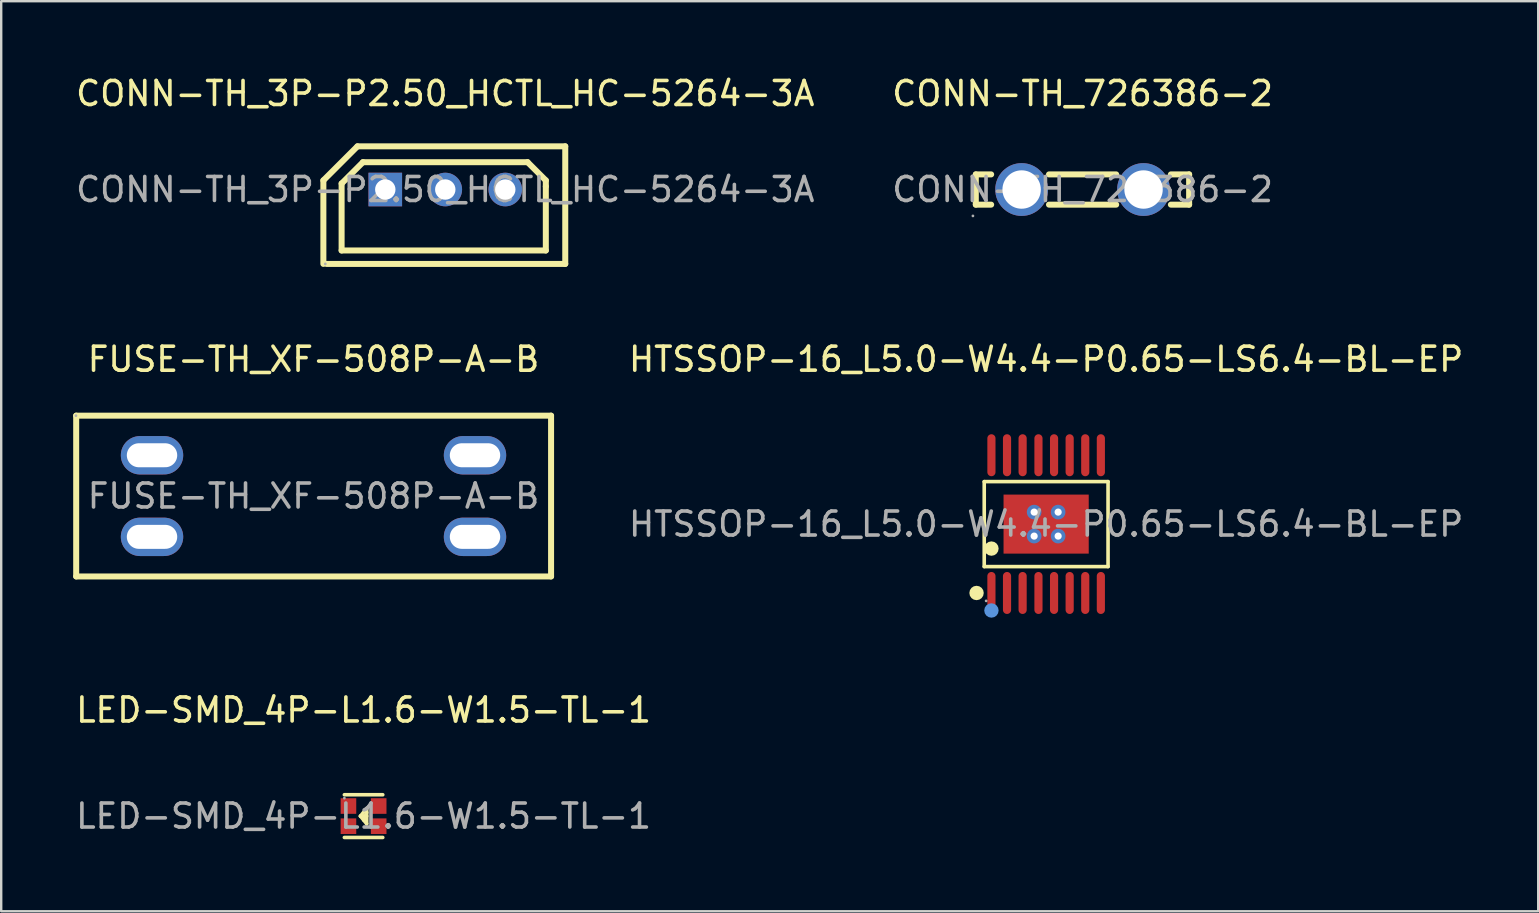
<source format=kicad_pcb>
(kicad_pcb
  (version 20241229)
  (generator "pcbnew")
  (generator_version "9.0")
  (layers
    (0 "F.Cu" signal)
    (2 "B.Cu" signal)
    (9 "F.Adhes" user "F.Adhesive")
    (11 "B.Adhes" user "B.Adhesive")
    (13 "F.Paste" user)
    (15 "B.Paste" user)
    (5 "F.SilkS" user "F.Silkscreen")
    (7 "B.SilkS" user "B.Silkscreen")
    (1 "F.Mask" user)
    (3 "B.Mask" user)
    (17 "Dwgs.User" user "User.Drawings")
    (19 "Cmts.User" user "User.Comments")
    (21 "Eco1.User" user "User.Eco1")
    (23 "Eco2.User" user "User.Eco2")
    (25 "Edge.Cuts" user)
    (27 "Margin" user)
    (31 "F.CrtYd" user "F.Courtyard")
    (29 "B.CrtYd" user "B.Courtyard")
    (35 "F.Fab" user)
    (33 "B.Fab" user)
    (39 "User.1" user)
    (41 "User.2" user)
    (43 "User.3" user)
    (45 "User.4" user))
  (footprint "CONN-TH_3P-P2.50_HCTL_HC-5264-3A"
    (layer "F.Cu")
    (at 15.506 4.848)
    (property "Reference" "CONN-TH_3P-P2.50_HCTL_HC-5264-3A" (at 0 -4 0) (layer "F.SilkS") (effects (font (size 1 1) (thickness 0.15))))
    (attr through_hole)
    (fp_line (start -5.08 -0.38) (end -5.08 3.1) (stroke (width 0.25) (type solid)) (layer "F.SilkS"))
    (fp_line (start -4.32 -0.25) (end -4.32 2.54) (stroke (width 0.25) (type solid)) (layer "F.SilkS"))
    (fp_line (start -4.32 2.54) (end 4.19 2.54) (stroke (width 0.25) (type solid)) (layer "F.SilkS"))
    (fp_line (start -3.66 -1.8) (end -5.08 -0.38) (stroke (width 0.25) (type solid)) (layer "F.SilkS"))
    (fp_line (start -3.66 -1.8) (end 5 -1.8) (stroke (width 0.25) (type solid)) (layer "F.SilkS"))
    (fp_line (start -3.43 -1.14) (end -4.32 -0.25) (stroke (width 0.25) (type solid)) (layer "F.SilkS"))
    (fp_line (start 3.43 -1.14) (end -3.43 -1.14) (stroke (width 0.25) (type solid)) (layer "F.SilkS"))
    (fp_line (start 4.19 -0.38) (end 3.43 -1.14) (stroke (width 0.25) (type solid)) (layer "F.SilkS"))
    (fp_line (start 4.19 -0.13) (end 4.19 -0.38) (stroke (width 0.25) (type solid)) (layer "F.SilkS"))
    (fp_line (start 4.19 2.54) (end 4.19 -0.13) (stroke (width 0.25) (type solid)) (layer "F.SilkS"))
    (fp_line (start 5 -1.8) (end 5 3.1) (stroke (width 0.25) (type solid)) (layer "F.SilkS"))
    (fp_line (start 5 3.1) (end -4.95 3.1) (stroke (width 0.25) (type solid)) (layer "F.SilkS"))
    (fp_circle (center -5 3.1) (end -4.97 3.1) (stroke (width 0.06) (type solid)) (fill no) (layer "F.Fab"))
    (fp_circle (center -2.5 0) (end -2.32 0) (stroke (width 0.35) (type solid)) (fill no) (layer "F.Fab"))
    (fp_circle (center 0 0) (end 0.18 0) (stroke (width 0.35) (type solid)) (fill no) (layer "F.Fab"))
    (fp_circle (center 2.5 0) (end 2.68 0) (stroke (width 0.35) (type solid)) (fill no) (layer "F.Fab"))
    (fp_text user "${REFERENCE}" (at 0 0 0) (layer "F.Fab") (effects (font (size 1 1) (thickness 0.15))))
    (pad "1" thru_hole rect (at -2.5 0) (size 1.4 1.4) (drill 0.85) (layers "*.Cu" "*.Mask"))
    (pad "2" thru_hole circle (at 0 0) (size 1.4 1.4) (drill 0.85) (layers "*.Cu" "*.Mask"))
    (pad "3" thru_hole circle (at 2.5 0) (size 1.4 1.4) (drill 0.85) (layers "*.Cu" "*.Mask")))
  (footprint "CONN-TH_726386-2"
    (layer "F.Cu")
    (at 42.065 4.848)
    (property "Reference" "CONN-TH_726386-2" (at 0 -4 0) (layer "F.SilkS") (effects (font (size 1 1) (thickness 0.15))))
    (attr through_hole)
    (fp_line (start -4.45 -0.63) (end -4.45 0.63) (stroke (width 0.25) (type solid)) (layer "F.SilkS"))
    (fp_line (start -4.45 0.63) (end -3.81 0.63) (stroke (width 0.25) (type solid)) (layer "F.SilkS"))
    (fp_line (start -3.81 -0.63) (end -4.45 -0.63) (stroke (width 0.25) (type solid)) (layer "F.SilkS"))
    (fp_line (start -1.4 0.63) (end 1.4 0.63) (stroke (width 0.25) (type solid)) (layer "F.SilkS"))
    (fp_line (start 1.4 -0.63) (end -1.4 -0.63) (stroke (width 0.25) (type solid)) (layer "F.SilkS"))
    (fp_line (start 3.68 0.63) (end 4.44 0.63) (stroke (width 0.25) (type solid)) (layer "F.SilkS"))
    (fp_line (start 4.44 -0.63) (end 3.68 -0.63) (stroke (width 0.25) (type solid)) (layer "F.SilkS"))
    (fp_line (start 4.44 0.63) (end 4.44 -0.63) (stroke (width 0.25) (type solid)) (layer "F.SilkS"))
    (fp_circle (center -4.57 1.1) (end -4.54 1.1) (stroke (width 0.06) (type solid)) (fill no) (layer "F.Fab"))
    (fp_circle (center -2.54 0) (end -2.19 0) (stroke (width 0.7) (type solid)) (fill no) (layer "F.Fab"))
    (fp_circle (center 2.54 0) (end 2.89 0) (stroke (width 0.7) (type solid)) (fill no) (layer "F.Fab"))
    (fp_text user "${REFERENCE}" (at 0 0 0) (layer "F.Fab") (effects (font (size 1 1) (thickness 0.15))))
    (pad "1" thru_hole circle (at -2.54 0) (size 2.2 2.2) (drill 1.6) (layers "*.Cu" "*.Mask"))
    (pad "1" thru_hole circle (at 2.54 0) (size 2.2 2.2) (drill 1.6) (layers "*.Cu" "*.Mask")))
  (footprint "LED-SMD_4P-L1.6-W1.5-TL-1"
    (layer "F.Cu")
    (at 12.101 30.96)
    (property "Reference" "LED-SMD_4P-L1.6-W1.5-TL-1" (at 0 -4.42 0) (layer "F.SilkS") (effects (font (size 1 1) (thickness 0.15))))
    (attr smd)
    (fp_line (start -0.8 -0.89) (end 0.8 -0.89) (stroke (width 0.15) (type solid)) (layer "F.SilkS"))
    (fp_line (start -0.13 0) (end 0.13 0) (stroke (width 0.15) (type solid)) (layer "F.SilkS"))
    (fp_line (start -0.13 0) (end 0.13 0.32) (stroke (width 0.15) (type solid)) (layer "F.SilkS"))
    (fp_line (start 0.13 -0.32) (end -0.13 0) (stroke (width 0.15) (type solid)) (layer "F.SilkS"))
    (fp_line (start 0.13 -0.15) (end 0.01 0.17) (stroke (width 0.15) (type solid)) (layer "F.SilkS"))
    (fp_line (start 0.13 0.32) (end 0.13 -0.32) (stroke (width 0.15) (type solid)) (layer "F.SilkS"))
    (fp_line (start 0.8 0.89) (end -0.8 0.89) (stroke (width 0.15) (type solid)) (layer "F.SilkS"))
    (fp_circle (center -0.8 -0.75) (end -0.77 -0.75) (stroke (width 0.06) (type solid)) (fill no) (layer "F.Fab"))
    (fp_text user "${REFERENCE}" (at 0 0 0) (layer "F.Fab") (effects (font (size 1 1) (thickness 0.15))))
    (pad "1" smd rect (at -0.63 -0.42 180) (size 0.65 0.65) (layers "F.Cu" "F.Mask" "F.Paste"))
    (pad "2" smd rect (at 0.63 -0.42 180) (size 0.65 0.65) (layers "F.Cu" "F.Mask" "F.Paste"))
    (pad "3" smd rect (at -0.63 0.42 180) (size 0.65 0.65) (layers "F.Cu" "F.Mask" "F.Paste"))
    (pad "4" smd rect (at 0.63 0.42 180) (size 0.65 0.65) (layers "F.Cu" "F.Mask" "F.Paste")))
  (footprint "FUSE-TH_XF-508P-A-B"
    (layer "F.Cu")
    (at 10.015 17.622)
    (property "Reference" "FUSE-TH_XF-508P-A-B" (at 0 -5.7 0) (layer "F.SilkS") (effects (font (size 1 1) (thickness 0.15))))
    (attr through_hole)
    (fp_line (start -9.89 -3.35) (end -9.89 3.35) (stroke (width 0.25) (type solid)) (layer "F.SilkS"))
    (fp_line (start -9.89 3.35) (end 9.9 3.35) (stroke (width 0.25) (type solid)) (layer "F.SilkS"))
    (fp_line (start 9.9 -3.35) (end -9.89 -3.35) (stroke (width 0.25) (type solid)) (layer "F.SilkS"))
    (fp_line (start 9.9 3.35) (end 9.9 -3.35) (stroke (width 0.25) (type solid)) (layer "F.SilkS"))
    (fp_circle (center -9.9 -3.35) (end -9.87 -3.35) (stroke (width 0.06) (type solid)) (fill no) (layer "F.Fab"))
    (fp_text user "${REFERENCE}" (at 0 0 0) (layer "F.Fab") (effects (font (size 1 1) (thickness 0.15))))
    (pad "1" thru_hole oval (at -6.73 -1.7) (size 2.6 1.6) (drill oval 2.1 1) (layers "*.Cu" "*.Mask"))
    (pad "1" thru_hole oval (at -6.73 1.7) (size 2.6 1.6) (drill oval 2.1 1) (layers "*.Cu" "*.Mask"))
    (pad "2" thru_hole oval (at 6.73 -1.7) (size 2.6 1.6) (drill oval 2.1 1) (layers "*.Cu" "*.Mask"))
    (pad "2" thru_hole oval (at 6.73 1.7) (size 2.6 1.6) (drill oval 2.1 1) (layers "*.Cu" "*.Mask")))
  (footprint "HTSSOP-16_L5.0-W4.4-P0.65-LS6.4-BL-EP"
    (layer "F.Cu")
    (at 40.546 18.791)
    (property "Reference" "HTSSOP-16_L5.0-W4.4-P0.65-LS6.4-BL-EP" (at 0 -6.87 0) (layer "F.SilkS") (effects (font (size 1 1) (thickness 0.15))))
    (attr smd)
    (fp_line (start -2.58 -1.77) (end 2.58 -1.77) (stroke (width 0.15) (type solid)) (layer "F.SilkS"))
    (fp_line (start -2.58 1.77) (end -2.58 -1.77) (stroke (width 0.15) (type solid)) (layer "F.SilkS"))
    (fp_line (start 2.58 -1.77) (end 2.58 1.77) (stroke (width 0.15) (type solid)) (layer "F.SilkS"))
    (fp_line (start 2.58 1.77) (end -2.58 1.77) (stroke (width 0.15) (type solid)) (layer "F.SilkS"))
    (fp_circle (center -2.9 2.87) (end -2.75 2.87) (stroke (width 0.3) (type solid)) (fill no) (layer "F.SilkS"))
    (fp_circle (center -2.28 1.02) (end -2.13 1.02) (stroke (width 0.3) (type solid)) (fill no) (layer "F.SilkS"))
    (fp_circle (center -2.28 3.6) (end -2.13 3.6) (stroke (width 0.3) (type solid)) (fill no) (layer "Cmts.User"))
    (fp_circle (center -2.5 3.2) (end -2.47 3.2) (stroke (width 0.06) (type solid)) (fill no) (layer "F.Fab"))
    (fp_text user "${REFERENCE}" (at 0 0 0) (layer "F.Fab") (effects (font (size 1 1) (thickness 0.15))))
    (pad "" thru_hole circle (at -0.5 -0.5) (size 0.61 0.61) (drill 0.3) (layers "*.Cu" "*.Paste" "*.Mask"))
    (pad "" thru_hole circle (at -0.5 0.5) (size 0.61 0.61) (drill 0.3) (layers "*.Cu" "*.Paste" "*.Mask"))
    (pad "" thru_hole circle (at 0.5 -0.5) (size 0.61 0.61) (drill 0.3) (layers "*.Cu" "*.Paste" "*.Mask"))
    (pad "" thru_hole circle (at 0.5 0.5) (size 0.61 0.61) (drill 0.3) (layers "*.Cu" "*.Paste" "*.Mask"))
    (pad "1" smd oval (at -2.28 2.87) (size 0.34 1.75) (layers "F.Cu" "F.Mask" "F.Paste"))
    (pad "2" smd oval (at -1.63 2.87) (size 0.34 1.75) (layers "F.Cu" "F.Mask" "F.Paste"))
    (pad "3" smd oval (at -0.98 2.87) (size 0.34 1.75) (layers "F.Cu" "F.Mask" "F.Paste"))
    (pad "4" smd oval (at -0.32 2.87) (size 0.34 1.75) (layers "F.Cu" "F.Mask" "F.Paste"))
    (pad "5" smd oval (at 0.33 2.87) (size 0.34 1.75) (layers "F.Cu" "F.Mask" "F.Paste"))
    (pad "6" smd oval (at 0.98 2.87) (size 0.34 1.75) (layers "F.Cu" "F.Mask" "F.Paste"))
    (pad "7" smd oval (at 1.63 2.87) (size 0.34 1.75) (layers "F.Cu" "F.Mask" "F.Paste"))
    (pad "8" smd oval (at 2.28 2.87) (size 0.34 1.75) (layers "F.Cu" "F.Mask" "F.Paste"))
    (pad "9" smd oval (at 2.28 -2.87) (size 0.34 1.75) (layers "F.Cu" "F.Mask" "F.Paste"))
    (pad "10" smd oval (at 1.63 -2.87) (size 0.34 1.75) (layers "F.Cu" "F.Mask" "F.Paste"))
    (pad "11" smd oval (at 0.98 -2.87) (size 0.34 1.75) (layers "F.Cu" "F.Mask" "F.Paste"))
    (pad "12" smd oval (at 0.33 -2.87) (size 0.34 1.75) (layers "F.Cu" "F.Mask" "F.Paste"))
    (pad "13" smd oval (at -0.32 -2.87) (size 0.34 1.75) (layers "F.Cu" "F.Mask" "F.Paste"))
    (pad "14" smd oval (at -0.98 -2.87) (size 0.34 1.75) (layers "F.Cu" "F.Mask" "F.Paste"))
    (pad "15" smd oval (at -1.63 -2.87) (size 0.34 1.75) (layers "F.Cu" "F.Mask" "F.Paste"))
    (pad "16" smd oval (at -2.28 -2.87) (size 0.34 1.75) (layers "F.Cu" "F.Mask" "F.Paste"))
    (pad "17" smd rect (at 0 0) (size 3.55 2.46) (layers "F.Cu" "F.Mask" "F.Paste")))
  (gr_rect
    (start -3 -3)
    (end 61.052 34.925)
    (stroke (width 0.1) (type default))
    (fill no)
    (layer "Edge.Cuts")))
</source>
